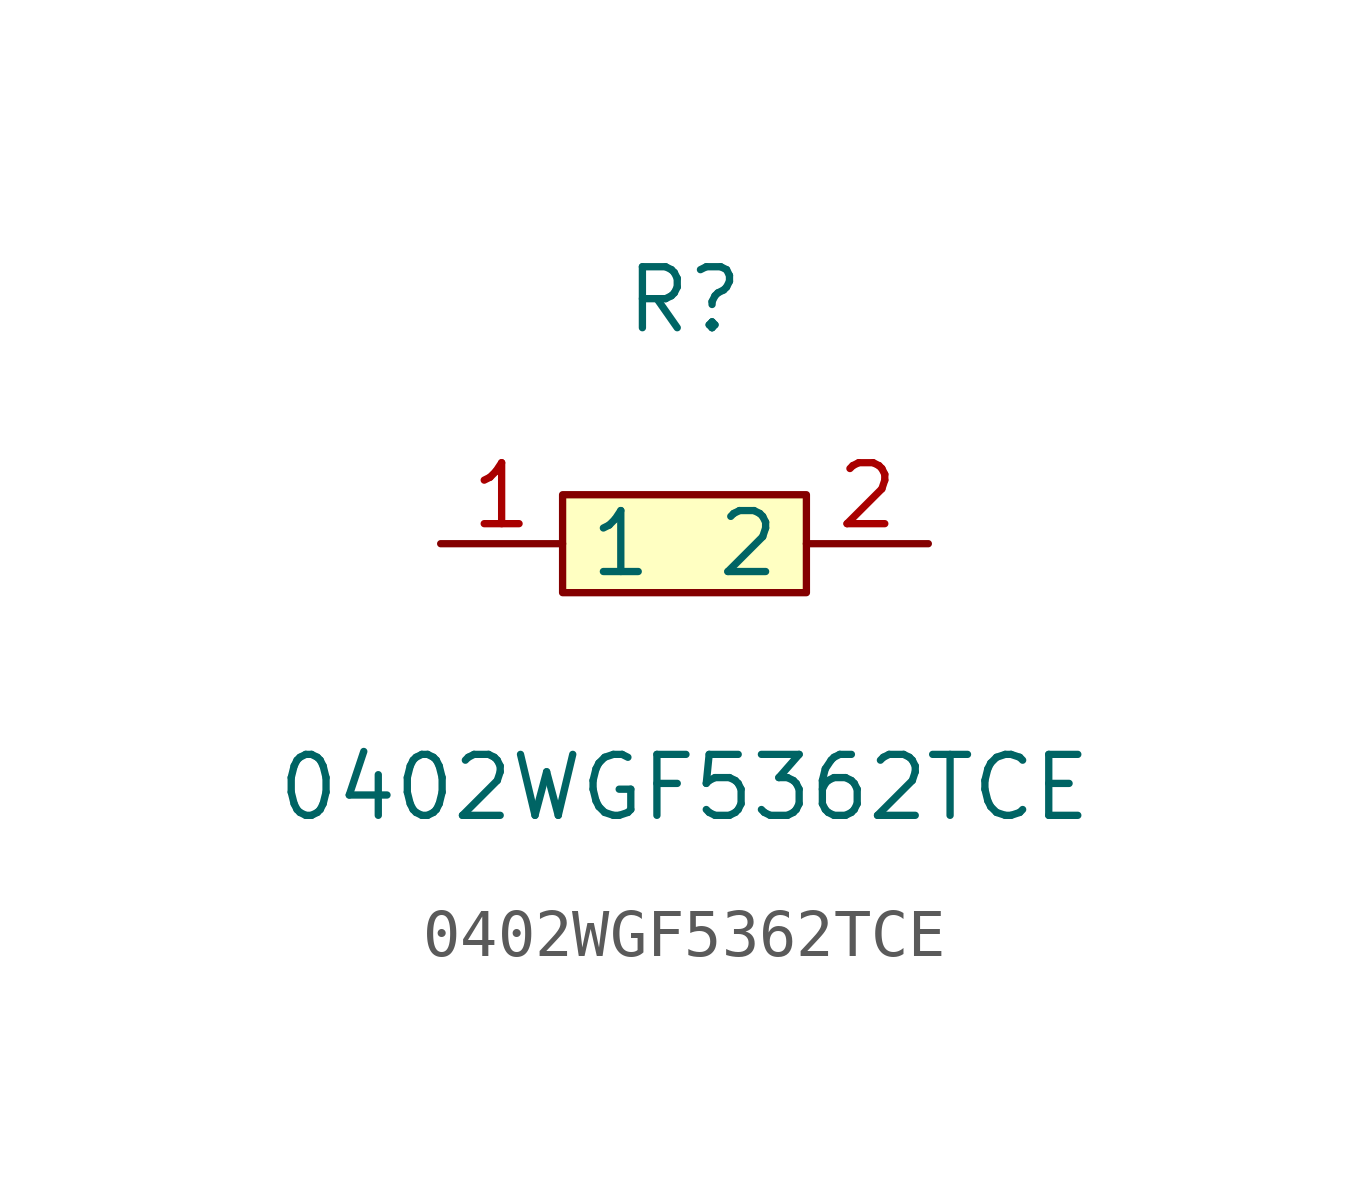
<source format=kicad_sym>
(kicad_symbol_lib
  (version 1)
  (generator "faebryk")
  (symbol "0402WGF5362TCE"
    (property "Reference" "R"
      (at 0 5.08 0)
      (effects (font (size 1.27 1.27)) (hide no)))
    (property "Value" "0402WGF5362TCE"
      (at 0 -5.08 0)
      (effects (font (size 1.27 1.27)) (hide no)))
    (symbol "0402WGF5362TCE_0_1"
      (rectangle (start -2.54 1.02) (end 2.54 -1.02) (stroke (width 0) (type default) (color 0 0 0 0)) (fill (type background)))
      (pin input line (at 5.08 0 180) (length 2.54) (name "2" (effects (font (size 1.27 1.27)) (hide no))) (number "2" (effects (font (size 1.27 1.27)) (hide no))))
      (pin input line (at -5.08 0 0) (length 2.54) (name "1" (effects (font (size 1.27 1.27)) (hide no))) (number "1" (effects (font (size 1.27 1.27)) (hide no)))))))
</source>
